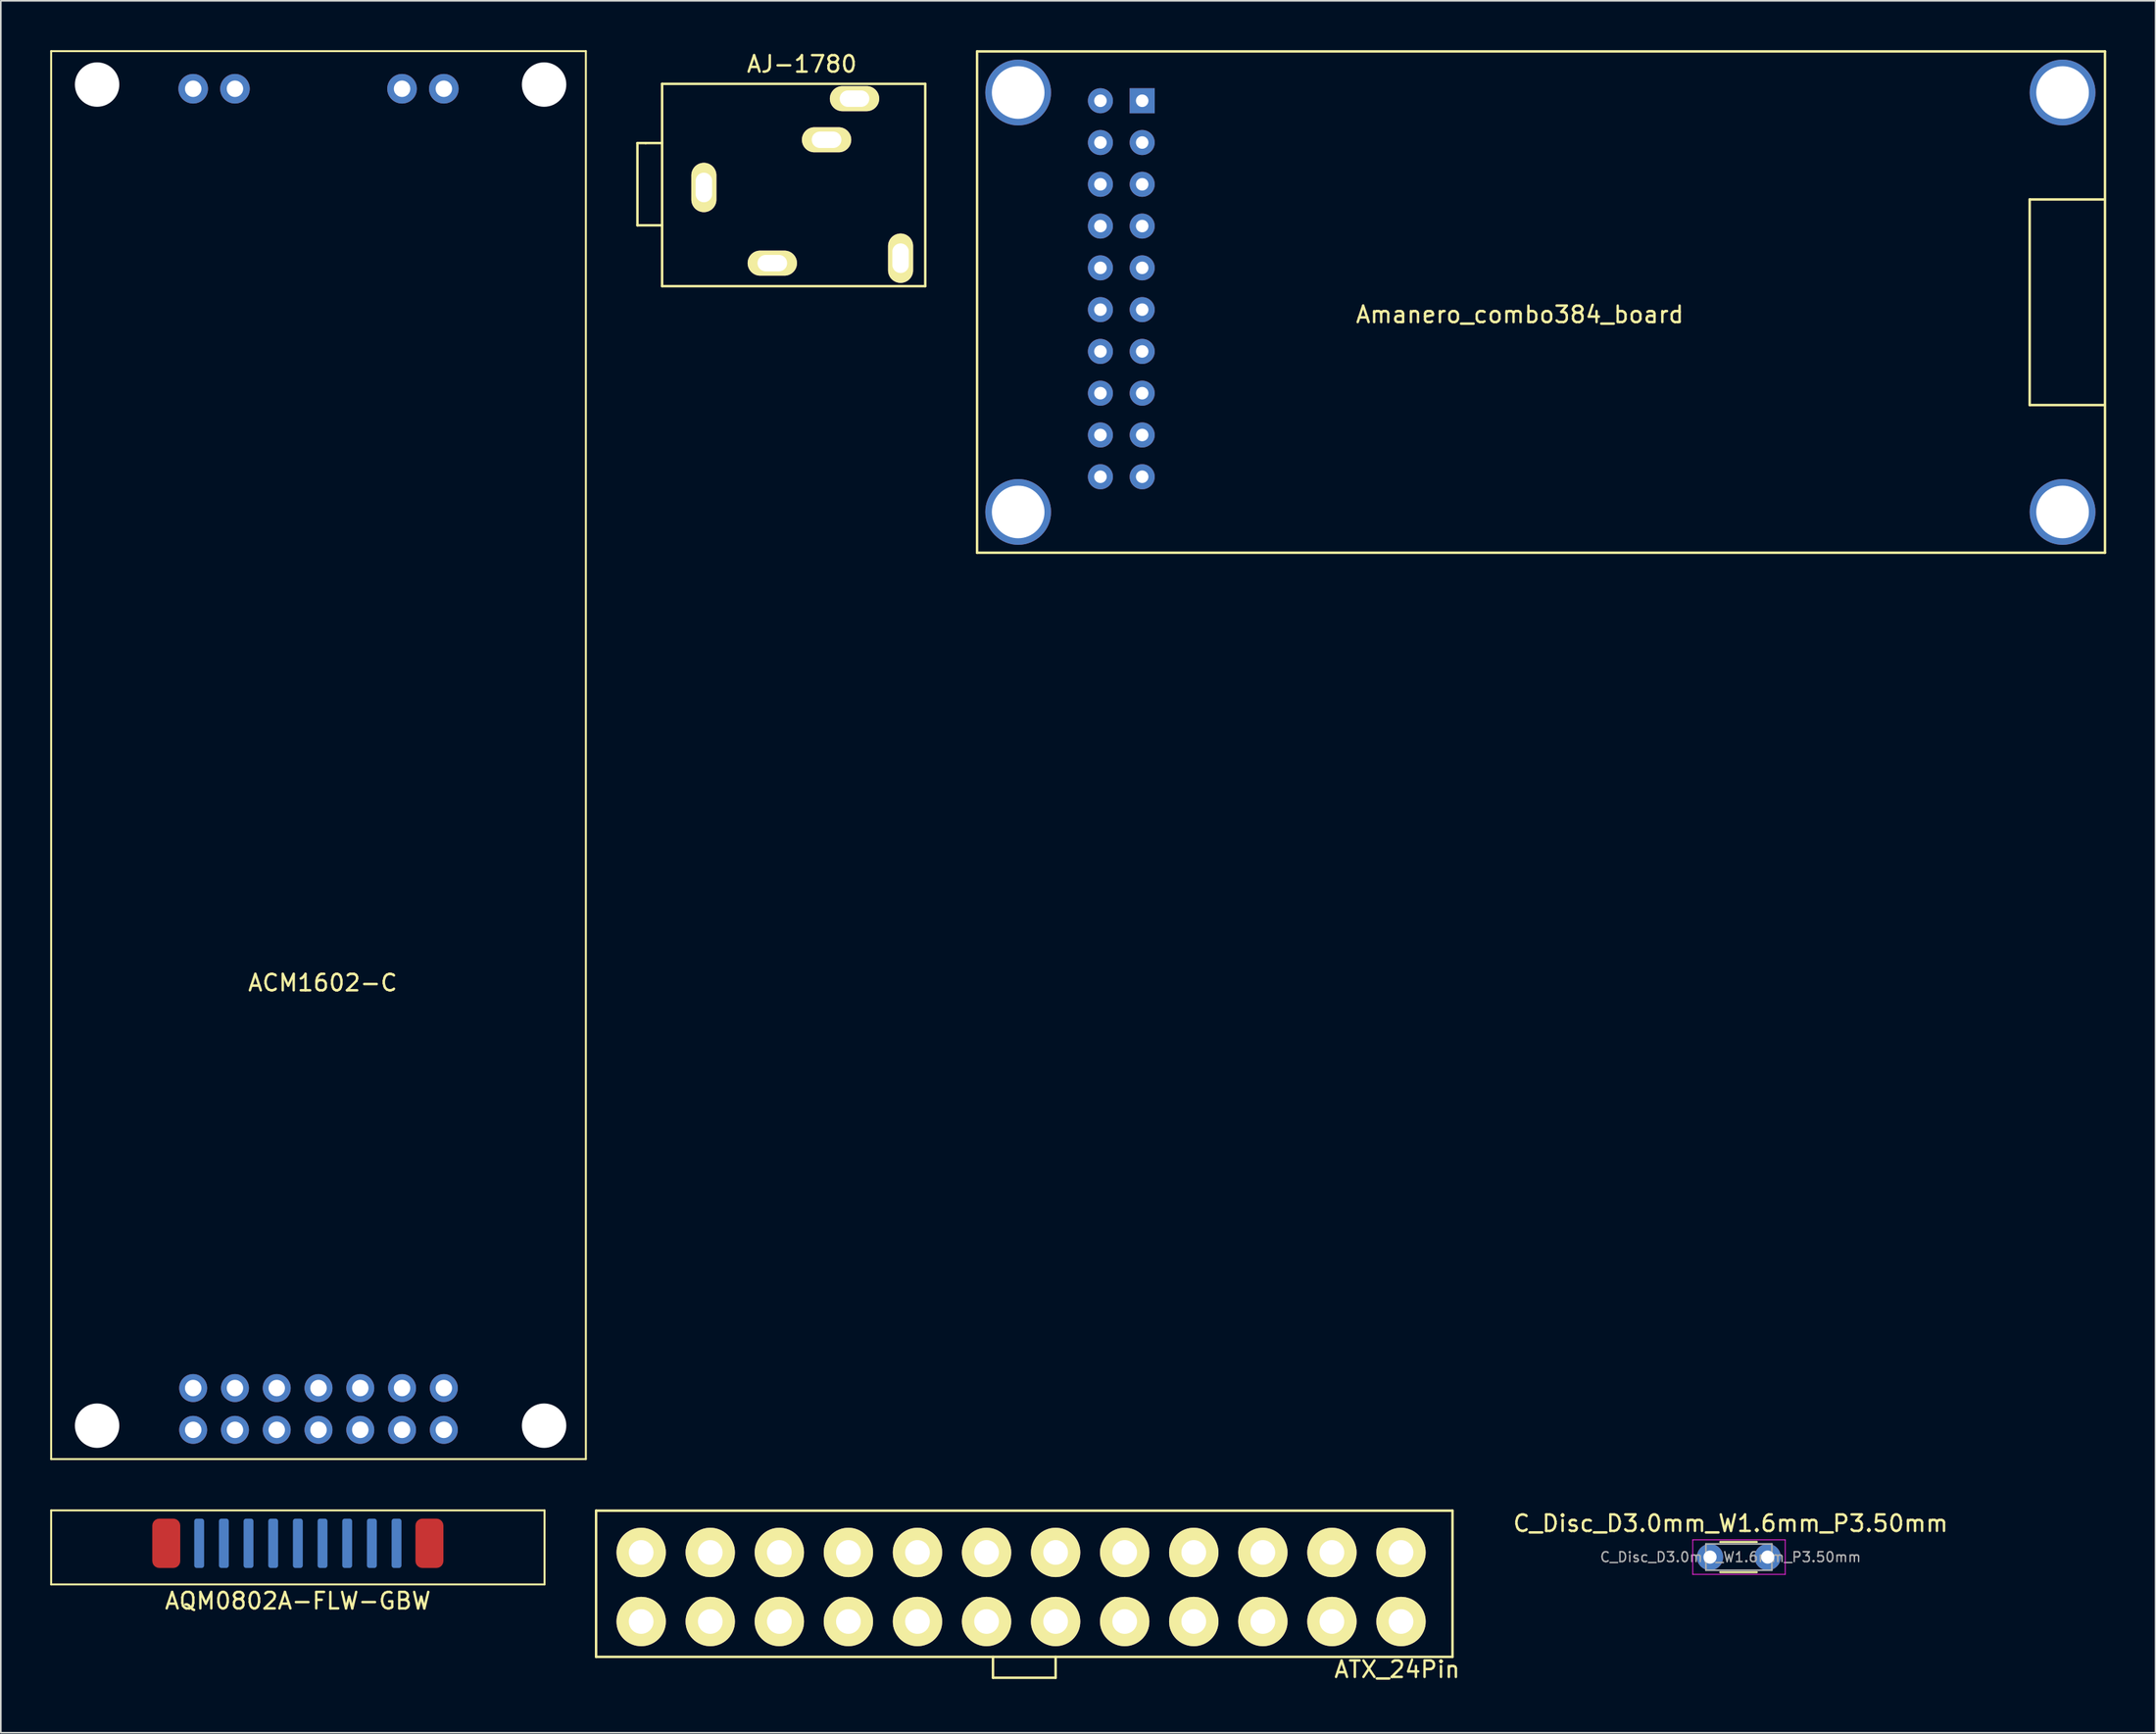
<source format=kicad_pcb>
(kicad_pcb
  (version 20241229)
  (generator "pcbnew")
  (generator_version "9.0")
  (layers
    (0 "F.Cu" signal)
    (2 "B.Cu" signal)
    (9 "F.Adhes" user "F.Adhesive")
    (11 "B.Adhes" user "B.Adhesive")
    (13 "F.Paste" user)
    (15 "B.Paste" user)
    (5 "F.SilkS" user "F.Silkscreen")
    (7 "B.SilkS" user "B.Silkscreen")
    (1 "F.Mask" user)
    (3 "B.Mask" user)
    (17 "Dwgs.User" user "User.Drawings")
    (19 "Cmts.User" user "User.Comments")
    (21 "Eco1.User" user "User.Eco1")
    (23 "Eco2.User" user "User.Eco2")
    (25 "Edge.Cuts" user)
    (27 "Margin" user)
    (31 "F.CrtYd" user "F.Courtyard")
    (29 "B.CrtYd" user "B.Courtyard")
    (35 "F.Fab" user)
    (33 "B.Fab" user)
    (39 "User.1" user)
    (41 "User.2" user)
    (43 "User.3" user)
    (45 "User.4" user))
  (footprint "ACM1602-C"
    (layer "F.Cu")
    (at 16.316 56.702)
    (property "Reference" "ACM1602-C" (at 0.254 0 0) (layer "F.SilkS") (effects (font (size 1 1) (thickness 0.15))))
    (attr through_hole)
    (fp_line (start -16.256 -56.642) (end -16.256 28.956) (stroke (width 0.12) (type solid)) (layer "F.SilkS"))
    (fp_line (start -16.256 28.956) (end 16.256 28.956) (stroke (width 0.12) (type solid)) (layer "F.SilkS"))
    (fp_line (start 16.256 -56.642) (end -16.256 -56.642) (stroke (width 0.12) (type solid)) (layer "F.SilkS"))
    (fp_line (start 16.256 28.956) (end 16.256 -56.642) (stroke (width 0.12) (type solid)) (layer "F.SilkS"))
    (pad "" np_thru_hole circle (at -13.462 -54.61) (size 2.7 2.7) (drill 2.7) (layers "*.Cu" "*.Mask"))
    (pad "" np_thru_hole circle (at -13.462 26.924) (size 2.7 2.7) (drill 2.7) (layers "*.Cu" "*.Mask"))
    (pad "" np_thru_hole circle (at 13.716 -54.61) (size 2.7 2.7) (drill 2.7) (layers "*.Cu" "*.Mask"))
    (pad "" np_thru_hole circle (at 13.716 26.924) (size 2.7 2.7) (drill 2.7) (layers "*.Cu" "*.Mask"))
    (pad "+/A" thru_hole circle (at -7.62 -54.356) (size 1.8 1.8) (drill 1) (layers "*.Cu" "*.Mask"))
    (pad "+/A" thru_hole circle (at -5.08 -54.356) (size 1.8 1.8) (drill 1) (layers "*.Cu" "*.Mask"))
    (pad "-/K" thru_hole circle (at 5.08 -54.356) (size 1.8 1.8) (drill 1) (layers "*.Cu" "*.Mask"))
    (pad "-/K" thru_hole circle (at 7.62 -54.356) (size 1.8 1.8) (drill 1) (layers "*.Cu" "*.Mask"))
    (pad "1" thru_hole circle (at 7.62 24.638) (size 1.7 1.7) (drill 1) (layers "*.Cu" "*.Mask"))
    (pad "2" thru_hole circle (at 7.62 27.178) (size 1.7 1.7) (drill 1) (layers "*.Cu" "*.Mask"))
    (pad "3" thru_hole circle (at 5.08 24.638) (size 1.7 1.7) (drill 1) (layers "*.Cu" "*.Mask"))
    (pad "4" thru_hole circle (at 5.08 27.178) (size 1.7 1.7) (drill 1) (layers "*.Cu" "*.Mask"))
    (pad "5" thru_hole circle (at 2.54 24.638) (size 1.7 1.7) (drill 1) (layers "*.Cu" "*.Mask"))
    (pad "6" thru_hole circle (at 2.54 27.178) (size 1.7 1.7) (drill 1) (layers "*.Cu" "*.Mask"))
    (pad "7" thru_hole circle (at 0 24.638) (size 1.7 1.7) (drill 1) (layers "*.Cu" "*.Mask"))
    (pad "8" thru_hole circle (at 0 27.178) (size 1.7 1.7) (drill 1) (layers "*.Cu" "*.Mask"))
    (pad "9" thru_hole circle (at -2.54 24.638) (size 1.7 1.7) (drill 1) (layers "*.Cu" "*.Mask"))
    (pad "10" thru_hole circle (at -2.54 27.178) (size 1.7 1.7) (drill 1) (layers "*.Cu" "*.Mask"))
    (pad "11" thru_hole circle (at -5.08 24.638) (size 1.7 1.7) (drill 1) (layers "*.Cu" "*.Mask"))
    (pad "12" thru_hole circle (at -5.08 27.178) (size 1.7 1.7) (drill 1) (layers "*.Cu" "*.Mask"))
    (pad "13" thru_hole circle (at -7.62 24.638) (size 1.7 1.7) (drill 1) (layers "*.Cu" "*.Mask"))
    (pad "14" thru_hole circle (at -7.62 27.178) (size 1.7 1.7) (drill 1) (layers "*.Cu" "*.Mask")))
  (footprint "ATX_24Pin"
    (layer "F.Cu")
    (at 59.039 93.365)
    (property "Reference" "ATX_24Pin" (at 22.86 5.08 0) (layer "F.SilkS") (effects (font (size 1 1) (thickness 0.15))))
    (attr through_hole)
    (fp_line (start -25.845 -4.572) (end -25.845 4.318) (stroke (width 0.15) (type solid)) (layer "F.SilkS"))
    (fp_line (start -25.845 4.318) (end 26.226 4.318) (stroke (width 0.15) (type solid)) (layer "F.SilkS"))
    (fp_line (start -1.714 4.318) (end -1.714 5.588) (stroke (width 0.15) (type solid)) (layer "F.SilkS"))
    (fp_line (start -1.714 5.588) (end 2.095 5.588) (stroke (width 0.15) (type solid)) (layer "F.SilkS"))
    (fp_line (start 2.095 5.588) (end 2.095 4.318) (stroke (width 0.15) (type solid)) (layer "F.SilkS"))
    (fp_line (start 26.226 -4.572) (end -25.845 -4.572) (stroke (width 0.15) (type solid)) (layer "F.SilkS"))
    (fp_line (start 26.226 4.318) (end 26.226 -4.572) (stroke (width 0.15) (type solid)) (layer "F.SilkS"))
    (pad "1" thru_hole circle (at -23.105 -2.032) (size 3 3) (drill 1.5) (layers "*.Cu" "*.Mask" "F.SilkS"))
    (pad "2" thru_hole circle (at -18.904 -2.032) (size 3 3) (drill 1.5) (layers "*.Cu" "*.Mask" "F.SilkS"))
    (pad "3" thru_hole circle (at -14.704 -2.032) (size 3 3) (drill 1.5) (layers "*.Cu" "*.Mask" "F.SilkS"))
    (pad "4" thru_hole circle (at -10.505 -2.032) (size 3 3) (drill 1.5) (layers "*.Cu" "*.Mask" "F.SilkS"))
    (pad "5" thru_hole circle (at -6.304 -2.032) (size 3 3) (drill 1.5) (layers "*.Cu" "*.Mask" "F.SilkS"))
    (pad "6" thru_hole circle (at -2.104 -2.032) (size 3 3) (drill 1.5) (layers "*.Cu" "*.Mask" "F.SilkS"))
    (pad "7" thru_hole circle (at 2.095 -2.032) (size 3 3) (drill 1.5) (layers "*.Cu" "*.Mask" "F.SilkS"))
    (pad "8" thru_hole circle (at 6.295 -2.032) (size 3 3) (drill 1.5) (layers "*.Cu" "*.Mask" "F.SilkS"))
    (pad "9" thru_hole circle (at 10.495 -2.032) (size 3 3) (drill 1.5) (layers "*.Cu" "*.Mask" "F.SilkS"))
    (pad "10" thru_hole circle (at 14.695 -2.032) (size 3 3) (drill 1.5) (layers "*.Cu" "*.Mask" "F.SilkS"))
    (pad "11" thru_hole circle (at 18.895 -2.032) (size 3 3) (drill 1.5) (layers "*.Cu" "*.Mask" "F.SilkS"))
    (pad "12" thru_hole circle (at 23.096 -2.032) (size 3 3) (drill 1.5) (layers "*.Cu" "*.Mask" "F.SilkS"))
    (pad "13" thru_hole circle (at -23.105 2.168) (size 3 3) (drill 1.5) (layers "*.Cu" "*.Mask" "F.SilkS"))
    (pad "14" thru_hole circle (at -18.904 2.168) (size 3 3) (drill 1.5) (layers "*.Cu" "*.Mask" "F.SilkS"))
    (pad "15" thru_hole circle (at -14.704 2.168) (size 3 3) (drill 1.5) (layers "*.Cu" "*.Mask" "F.SilkS"))
    (pad "16" thru_hole circle (at -10.505 2.168) (size 3 3) (drill 1.5) (layers "*.Cu" "*.Mask" "F.SilkS"))
    (pad "17" thru_hole circle (at -6.304 2.168) (size 3 3) (drill 1.5) (layers "*.Cu" "*.Mask" "F.SilkS"))
    (pad "18" thru_hole circle (at -2.104 2.168) (size 3 3) (drill 1.5) (layers "*.Cu" "*.Mask" "F.SilkS"))
    (pad "19" thru_hole circle (at 2.095 2.168) (size 3 3) (drill 1.5) (layers "*.Cu" "*.Mask" "F.SilkS"))
    (pad "20" thru_hole circle (at 6.295 2.168) (size 3 3) (drill 1.5) (layers "*.Cu" "*.Mask" "F.SilkS"))
    (pad "21" thru_hole circle (at 10.495 2.168) (size 3 3) (drill 1.5) (layers "*.Cu" "*.Mask" "F.SilkS"))
    (pad "22" thru_hole circle (at 14.695 2.168) (size 3 3) (drill 1.5) (layers "*.Cu" "*.Mask" "F.SilkS"))
    (pad "23" thru_hole circle (at 18.895 2.168) (size 3 3) (drill 1.5) (layers "*.Cu" "*.Mask" "F.SilkS"))
    (pad "24" thru_hole circle (at 23.096 2.168) (size 3 3) (drill 1.5) (layers "*.Cu" "*.Mask" "F.SilkS")))
  (footprint "AQM0802A-FLW-GBW"
    (layer "F.Cu")
    (at 15.06 90.778)
    (property "Reference" "AQM0802A-FLW-GBW" (at 0 3.5 0) (layer "F.SilkS") (effects (font (size 1 1) (thickness 0.15))))
    (attr through_hole)
    (fp_line (start -15 -2) (end -15 2.5) (stroke (width 0.12) (type solid)) (layer "F.SilkS"))
    (fp_line (start -15 2.5) (end 15 2.5) (stroke (width 0.12) (type solid)) (layer "F.SilkS"))
    (fp_line (start 15 -2) (end -15 -2) (stroke (width 0.12) (type solid)) (layer "F.SilkS"))
    (fp_line (start 15 2.5) (end 15 -2) (stroke (width 0.12) (type solid)) (layer "F.SilkS"))
    (pad "1" connect roundrect (at 6 0) (size 0.6 3) (layers "B.Cu" "B.Mask") (roundrect_rratio 0.25))
    (pad "2" connect roundrect (at 4.5 0) (size 0.6 3) (layers "B.Cu" "B.Mask") (roundrect_rratio 0.25))
    (pad "3" connect roundrect (at 3 0) (size 0.6 3) (layers "B.Cu" "B.Mask") (roundrect_rratio 0.25))
    (pad "4" connect roundrect (at 1.5 0) (size 0.6 3) (layers "B.Cu" "B.Mask") (roundrect_rratio 0.25))
    (pad "5" connect roundrect (at 0 0) (size 0.6 3) (layers "B.Cu" "B.Mask") (roundrect_rratio 0.25))
    (pad "6" connect roundrect (at -1.5 0) (size 0.6 3) (layers "B.Cu" "B.Mask") (roundrect_rratio 0.25))
    (pad "7" connect roundrect (at -3 0) (size 0.6 3) (layers "B.Cu" "B.Mask") (roundrect_rratio 0.25))
    (pad "8" connect roundrect (at -4.5 0) (size 0.6 3) (layers "B.Cu" "B.Mask") (roundrect_rratio 0.25))
    (pad "9" connect roundrect (at -6 0) (size 0.6 3) (layers "B.Cu" "B.Mask") (roundrect_rratio 0.25))
    (pad "A" connect roundrect (at 8 0) (size 1.7 3) (layers "F.Cu" "F.Mask") (roundrect_rratio 0.25))
    (pad "K" connect roundrect (at -8 0) (size 1.7 3) (layers "F.Cu" "F.Mask") (roundrect_rratio 0.25)))
  (footprint "C_Disc_D3.0mm_W1.6mm_P3.50mm"
    (layer "F.Cu")
    (at 100.923 91.616)
    (property "Reference" "C_Disc_D3.0mm_W1.6mm_P3.50mm" (at 1.25 -2.05 0) (layer "F.SilkS") (effects (font (size 1 1) (thickness 0.15))))
    (attr through_hole)
    (fp_line (start 0.621 -0.92) (end 2.845 -0.92) (stroke (width 0.12) (type solid)) (layer "F.SilkS"))
    (fp_line (start 0.621 0.92) (end 2.845 0.92) (stroke (width 0.12) (type solid)) (layer "F.SilkS"))
    (fp_line (start -1.05 -1.05) (end -1.05 1.05) (stroke (width 0.05) (type solid)) (layer "F.CrtYd"))
    (fp_line (start -1.05 1.05) (end 4.572 1.05) (stroke (width 0.05) (type solid)) (layer "F.CrtYd"))
    (fp_line (start 4.572 -1.05) (end -1.05 -1.05) (stroke (width 0.05) (type solid)) (layer "F.CrtYd"))
    (fp_line (start 4.572 1.05) (end 4.572 -1.05) (stroke (width 0.05) (type solid)) (layer "F.CrtYd"))
    (fp_line (start -0.25 -0.8) (end -0.25 0.8) (stroke (width 0.1) (type solid)) (layer "F.Fab"))
    (fp_line (start -0.25 0.8) (end 3.759 0.8) (stroke (width 0.1) (type solid)) (layer "F.Fab"))
    (fp_line (start 3.759 -0.8) (end -0.25 -0.8) (stroke (width 0.1) (type solid)) (layer "F.Fab"))
    (fp_line (start 3.759 0.8) (end 3.759 -0.8) (stroke (width 0.1) (type solid)) (layer "F.Fab"))
    (fp_text user "${REFERENCE}" (at 1.25 0 0) (layer "F.Fab") (effects (font (size 0.6 0.6) (thickness 0.09))))
    (pad "1" thru_hole circle (at 0 0) (size 1.6 1.6) (drill 0.8) (layers "*.Cu" "*.Mask"))
    (pad "2" thru_hole circle (at 3.505 0) (size 1.6 1.6) (drill 0.8) (layers "*.Cu" "*.Mask")))
  (footprint "AJ-1780"
    (layer "F.Cu")
    (at 37.207 14.348)
    (property "Reference" "AJ-1780" (at 8.5 -13.5 0) (layer "F.SilkS") (effects (font (size 1 1) (thickness 0.15))))
    (attr through_hole)
    (fp_line (start -1.5 -8.7) (end -1.5 -3.7) (stroke (width 0.15) (type solid)) (layer "F.SilkS"))
    (fp_line (start -1.5 -3.7) (end 0 -3.7) (stroke (width 0.15) (type solid)) (layer "F.SilkS"))
    (fp_line (start -1 -8.7) (end -1.5 -8.7) (stroke (width 0.15) (type solid)) (layer "F.SilkS"))
    (fp_line (start 0 -12.3) (end 0 0) (stroke (width 0.15) (type solid)) (layer "F.SilkS"))
    (fp_line (start 0 -12.3) (end 16 -12.3) (stroke (width 0.15) (type solid)) (layer "F.SilkS"))
    (fp_line (start 0 -8.7) (end -1 -8.7) (stroke (width 0.15) (type solid)) (layer "F.SilkS"))
    (fp_line (start 0 0) (end 16 0) (stroke (width 0.15) (type solid)) (layer "F.SilkS"))
    (fp_line (start 16 0) (end 16 -12.3) (stroke (width 0.15) (type solid)) (layer "F.SilkS"))
    (pad "1" thru_hole oval (at 2.54 -6) (size 1.524 3) (drill oval 1 1.8) (layers "*.Cu" "*.Mask" "F.SilkS"))
    (pad "2" thru_hole oval (at 11.7 -11.4) (size 3 1.524) (drill oval 1.8 1) (layers "*.Cu" "*.Mask" "F.SilkS"))
    (pad "3" thru_hole oval (at 10 -8.9) (size 3 1.524) (drill oval 1.8 1) (layers "*.Cu" "*.Mask" "F.SilkS"))
    (pad "4" thru_hole oval (at 14.5 -1.7) (size 1.524 3) (drill oval 1 1.8) (layers "*.Cu" "*.Mask" "F.SilkS"))
    (pad "5" thru_hole oval (at 6.7 -1.4) (size 3 1.524) (drill oval 1.8 1) (layers "*.Cu" "*.Mask" "F.SilkS")))
  (footprint "Amanero_combo384_board"
    (layer "F.Cu")
    (at 66.421 3.075)
    (property "Reference" "Amanero_combo384_board" (at 22.936 13 0) (layer "F.SilkS") (effects (font (size 1 1) (thickness 0.15))))
    (attr through_hole)
    (fp_line (start -10.063 -3) (end -10.063 27.48) (stroke (width 0.15) (type solid)) (layer "F.SilkS"))
    (fp_line (start -10.063 27.48) (end 58.517 27.48) (stroke (width 0.15) (type solid)) (layer "F.SilkS"))
    (fp_line (start 53.937 6) (end 53.937 18.5) (stroke (width 0.15) (type solid)) (layer "F.SilkS"))
    (fp_line (start 53.937 18.5) (end 58.437 18.5) (stroke (width 0.15) (type solid)) (layer "F.SilkS"))
    (fp_line (start 58.437 6) (end 53.937 6) (stroke (width 0.15) (type solid)) (layer "F.SilkS"))
    (fp_line (start 58.517 -3) (end -10.063 -3) (stroke (width 0.15) (type solid)) (layer "F.SilkS"))
    (fp_line (start 58.517 27.48) (end 58.517 -3) (stroke (width 0.15) (type solid)) (layer "F.SilkS"))
    (pad "1" thru_hole rect (at -0.024 0) (size 1.524 1.524) (drill oval 0.762) (layers "*.Cu" "*.Mask"))
    (pad "2" thru_hole circle (at -0.024 2.54) (size 1.524 1.524) (drill 0.762) (layers "*.Cu" "*.Mask"))
    (pad "3" thru_hole circle (at -0.024 5.08) (size 1.524 1.524) (drill 0.762) (layers "*.Cu" "*.Mask"))
    (pad "4" thru_hole circle (at -0.024 7.62) (size 1.524 1.524) (drill 0.762) (layers "*.Cu" "*.Mask"))
    (pad "5" thru_hole circle (at -0.024 10.16) (size 1.524 1.524) (drill 0.762) (layers "*.Cu" "*.Mask"))
    (pad "6" thru_hole circle (at -0.024 12.7) (size 1.524 1.524) (drill 0.762) (layers "*.Cu" "*.Mask"))
    (pad "7" thru_hole circle (at -0.024 15.24) (size 1.524 1.524) (drill 0.762) (layers "*.Cu" "*.Mask"))
    (pad "8" thru_hole circle (at -0.024 17.78) (size 1.524 1.524) (drill 0.762) (layers "*.Cu" "*.Mask"))
    (pad "9" thru_hole circle (at -0.024 20.32) (size 1.524 1.524) (drill 0.762) (layers "*.Cu" "*.Mask"))
    (pad "10" thru_hole circle (at -0.024 22.86) (size 1.524 1.524) (drill 0.762) (layers "*.Cu" "*.Mask"))
    (pad "11" thru_hole circle (at -2.563 0) (size 1.524 1.524) (drill 0.762) (layers "*.Cu" "*.Mask"))
    (pad "12" thru_hole circle (at -2.563 2.54) (size 1.524 1.524) (drill 0.762) (layers "*.Cu" "*.Mask"))
    (pad "13" thru_hole circle (at -7.564 -0.5) (size 4 4) (drill 3.2) (layers "*.Cu" "*.Mask"))
    (pad "13" thru_hole circle (at -7.564 25) (size 4 4) (drill 3.2) (layers "*.Cu" "*.Mask"))
    (pad "13" thru_hole circle (at -2.563 5.08) (size 1.524 1.524) (drill 0.762) (layers "*.Cu" "*.Mask"))
    (pad "13" thru_hole circle (at 55.937 -0.5) (size 4 4) (drill 3.2) (layers "*.Cu" "*.Mask"))
    (pad "13" thru_hole circle (at 55.937 25) (size 4 4) (drill 3.2) (layers "*.Cu" "*.Mask"))
    (pad "14" thru_hole circle (at -2.563 7.62) (size 1.524 1.524) (drill 0.762) (layers "*.Cu" "*.Mask"))
    (pad "15" thru_hole circle (at -2.563 10.16) (size 1.524 1.524) (drill 0.762) (layers "*.Cu" "*.Mask"))
    (pad "16" thru_hole circle (at -2.563 12.7) (size 1.524 1.524) (drill 0.762) (layers "*.Cu" "*.Mask"))
    (pad "17" thru_hole circle (at -2.563 15.24) (size 1.524 1.524) (drill 0.762) (layers "*.Cu" "*.Mask"))
    (pad "18" thru_hole circle (at -2.563 17.78) (size 1.524 1.524) (drill 0.762) (layers "*.Cu" "*.Mask"))
    (pad "19" thru_hole circle (at -2.563 20.32) (size 1.524 1.524) (drill 0.762) (layers "*.Cu" "*.Mask"))
    (pad "20" thru_hole circle (at -2.563 22.86) (size 1.524 1.524) (drill 0.762) (layers "*.Cu" "*.Mask")))
  (gr_rect
    (start -3 -3)
    (end 128.012 102.293)
    (stroke (width 0.1) (type default))
    (fill no)
    (layer "Edge.Cuts")))
</source>
